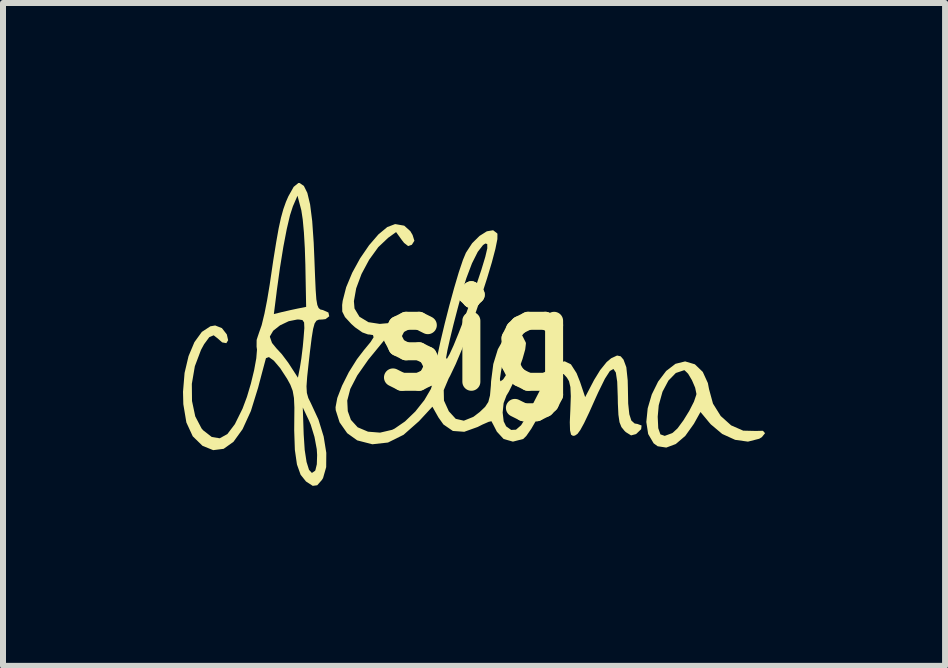
<source format=kicad_pcb>
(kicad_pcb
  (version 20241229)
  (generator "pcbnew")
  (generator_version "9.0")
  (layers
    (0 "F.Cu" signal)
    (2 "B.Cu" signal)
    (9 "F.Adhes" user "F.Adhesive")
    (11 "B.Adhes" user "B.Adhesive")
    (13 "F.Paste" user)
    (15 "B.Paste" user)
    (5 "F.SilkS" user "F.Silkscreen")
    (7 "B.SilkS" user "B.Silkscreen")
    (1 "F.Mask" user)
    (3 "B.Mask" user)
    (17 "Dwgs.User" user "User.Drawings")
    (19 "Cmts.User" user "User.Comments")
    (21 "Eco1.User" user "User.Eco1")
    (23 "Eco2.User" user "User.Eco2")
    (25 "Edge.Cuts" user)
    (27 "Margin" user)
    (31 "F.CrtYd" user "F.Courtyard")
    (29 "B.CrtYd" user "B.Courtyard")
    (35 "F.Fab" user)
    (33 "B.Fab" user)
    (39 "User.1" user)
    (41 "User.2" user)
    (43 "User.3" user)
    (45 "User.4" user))
  (footprint "sig"
    (layer "F.Cu")
    (at 4.878 2.623)
    (property "Reference" "sig" (at 0 0 0) (layer "F.SilkS") (effects (font (size 1.524 1.524) (thickness 0.3))))
    (attr board_only exclude_from_pos_files exclude_from_bom)
    (fp_poly (pts (xy 3.652 0.398) (xy 3.784 0.525) (xy 3.869 0.711) (xy 3.888 0.811) (xy 3.954 1.053) (xy 4.083 1.26) (xy 4.257 1.416) (xy 4.458 1.504) (xy 4.669 1.509) (xy 4.669 1.509) (xy 4.786 1.506) (xy 4.822 1.546) (xy 4.769 1.612) (xy 4.725 1.639) (xy 4.537 1.687) (xy 4.323 1.657) (xy 4.108 1.559) (xy 3.918 1.399) (xy 3.891 1.368) (xy 3.746 1.193) (xy 3.636 1.39) (xy 3.492 1.592) (xy 3.334 1.727) (xy 3.176 1.786) (xy 3.032 1.764) (xy 2.965 1.715) (xy 2.874 1.56) (xy 2.843 1.359) (xy 2.852 1.272) (xy 3.033 1.272) (xy 3.042 1.463) (xy 3.078 1.566) (xy 3.15 1.591) (xy 3.267 1.548) (xy 3.284 1.539) (xy 3.363 1.466) (xy 3.461 1.333) (xy 3.559 1.174) (xy 3.637 1.021) (xy 3.676 0.906) (xy 3.678 0.89) (xy 3.657 0.788) (xy 3.604 0.664) (xy 3.54 0.556) (xy 3.482 0.499) (xy 3.473 0.497) (xy 3.335 0.543) (xy 3.212 0.669) (xy 3.113 0.855) (xy 3.05 1.081) (xy 3.033 1.272) (xy 2.852 1.272) (xy 2.866 1.132) (xy 2.934 0.901) (xy 3.04 0.686) (xy 3.174 0.509) (xy 3.329 0.39) (xy 3.49 0.35)) (stroke (width 0) (type solid)) (fill yes) (layer "F.SilkS"))
    (fp_poly (pts (xy -2.864 -2.575) (xy -2.806 -2.458) (xy -2.76 -2.266) (xy -2.725 -1.99) (xy -2.7 -1.627) (xy -2.689 -1.367) (xy -2.677 -1.059) (xy -2.667 -0.837) (xy -2.656 -0.685) (xy -2.64 -0.591) (xy -2.618 -0.539) (xy -2.588 -0.515) (xy -2.547 -0.506) (xy -2.455 -0.465) (xy -2.441 -0.402) (xy -2.503 -0.355) (xy -2.559 -0.348) (xy -2.614 -0.346) (xy -2.654 -0.329) (xy -2.685 -0.282) (xy -2.71 -0.191) (xy -2.734 -0.041) (xy -2.762 0.183) (xy -2.784 0.376) (xy -2.809 0.608) (xy -2.82 0.766) (xy -2.814 0.875) (xy -2.79 0.96) (xy -2.748 1.045) (xy -2.747 1.047) (xy -2.621 1.319) (xy -2.534 1.602) (xy -2.49 1.874) (xy -2.492 2.112) (xy -2.544 2.294) (xy -2.563 2.325) (xy -2.641 2.414) (xy -2.716 2.424) (xy -2.821 2.356) (xy -2.83 2.349) (xy -2.918 2.239) (xy -2.979 2.068) (xy -3.014 1.825) (xy -3.025 1.5) (xy -3.024 1.361) (xy -3.022 1.125) (xy -3.022 1.118) (xy -2.882 1.118) (xy -2.867 1.566) (xy -2.85 1.825) (xy -2.819 2.026) (xy -2.778 2.157) (xy -2.73 2.209) (xy -2.678 2.173) (xy -2.672 2.163) (xy -2.648 2.064) (xy -2.643 1.91) (xy -2.649 1.813) (xy -2.687 1.609) (xy -2.75 1.403) (xy -2.779 1.335) (xy -2.882 1.118) (xy -3.022 1.118) (xy -3.029 0.96) (xy -3.05 0.841) (xy -3.089 0.739) (xy -3.143 0.64) (xy -3.259 0.462) (xy -3.364 0.338) (xy -3.446 0.278) (xy -3.494 0.295) (xy -3.498 0.304) (xy -3.519 0.382) (xy -3.558 0.528) (xy -3.608 0.717) (xy -3.626 0.786) (xy -3.747 1.177) (xy -3.885 1.479) (xy -4.037 1.69) (xy -4.201 1.807) (xy -4.375 1.829) (xy -4.553 1.757) (xy -4.716 1.598) (xy -4.822 1.368) (xy -4.873 1.062) (xy -4.878 0.856) (xy -4.852 0.542) (xy -4.786 0.262) (xy -4.688 0.029) (xy -4.564 -0.142) (xy -4.422 -0.235) (xy -4.342 -0.249) (xy -4.23 -0.205) (xy -4.148 -0.1) (xy -4.126 -0.003) (xy -4.156 0.046) (xy -4.226 0.033) (xy -4.299 -0.032) (xy -4.367 -0.085) (xy -4.44 -0.054) (xy -4.527 0.064) (xy -4.578 0.158) (xy -4.681 0.431) (xy -4.731 0.724) (xy -4.728 1.01) (xy -4.674 1.266) (xy -4.569 1.467) (xy -4.541 1.499) (xy -4.398 1.61) (xy -4.266 1.631) (xy -4.139 1.561) (xy -4.014 1.396) (xy -3.886 1.137) (xy -3.813 0.942) (xy -3.747 0.72) (xy -3.693 0.497) (xy -3.657 0.299) (xy -3.645 0.154) (xy -3.652 0.105) (xy -3.651 -0.008) (xy -3.635 -0.058) (xy -3.43 -0.058) (xy -3.395 0.042) (xy -3.324 0.129) (xy -3.231 0.23) (xy -3.125 0.371) (xy -3.091 0.423) (xy -2.963 0.621) (xy -2.929 0.447) (xy -2.906 0.301) (xy -2.882 0.105) (xy -2.869 -0.037) (xy -2.856 -0.206) (xy -2.86 -0.299) (xy -2.888 -0.339) (xy -2.947 -0.348) (xy -2.975 -0.348) (xy -3.116 -0.32) (xy -3.261 -0.251) (xy -3.375 -0.161) (xy -3.429 -0.069) (xy -3.43 -0.058) (xy -3.635 -0.058) (xy -3.606 -0.144) (xy -3.604 -0.149) (xy -3.567 -0.255) (xy -3.523 -0.437) (xy -3.522 -0.439) (xy -3.364 -0.439) (xy -3.235 -0.471) (xy -3.083 -0.506) (xy -2.966 -0.531) (xy -2.826 -0.559) (xy -2.839 -1.261) (xy -2.848 -1.537) (xy -2.863 -1.798) (xy -2.883 -2.016) (xy -2.906 -2.167) (xy -2.911 -2.187) (xy -2.97 -2.411) (xy -3.047 -2.234) (xy -3.095 -2.086) (xy -3.149 -1.856) (xy -3.206 -1.559) (xy -3.262 -1.211) (xy -3.315 -0.83) (xy -3.321 -0.779) (xy -3.364 -0.439) (xy -3.522 -0.439) (xy -3.477 -0.668) (xy -3.434 -0.925) (xy -3.429 -0.959) (xy -3.373 -1.34) (xy -3.325 -1.637) (xy -3.284 -1.868) (xy -3.245 -2.046) (xy -3.206 -2.187) (xy -3.163 -2.308) (xy -3.123 -2.4) (xy -3.034 -2.559) (xy -2.956 -2.623) (xy -2.936 -2.623)) (stroke (width 0) (type solid)) (fill yes) (layer "F.SilkS"))
    (fp_poly (pts (xy -1.191 -1.912) (xy -1.09 -1.821) (xy -1.052 -1.757) (xy -1.022 -1.661) (xy -1.064 -1.594) (xy -1.126 -1.572) (xy -1.194 -1.625) (xy -1.23 -1.671) (xy -1.327 -1.805) (xy -1.459 -1.71) (xy -1.624 -1.554) (xy -1.776 -1.344) (xy -1.903 -1.107) (xy -1.992 -0.868) (xy -2.03 -0.654) (xy -2.02 -0.532) (xy -1.938 -0.395) (xy -1.789 -0.304) (xy -1.599 -0.275) (xy -1.523 -0.282) (xy -1.402 -0.292) (xy -1.353 -0.266) (xy -1.376 -0.194) (xy -1.47 -0.066) (xy -1.531 0.005) (xy -1.789 0.32) (xy -1.974 0.584) (xy -2.09 0.808) (xy -2.141 1.003) (xy -2.132 1.179) (xy -2.08 1.324) (xy -1.967 1.448) (xy -1.795 1.521) (xy -1.594 1.537) (xy -1.393 1.49) (xy -1.352 1.47) (xy -1.178 1.35) (xy -1.006 1.184) (xy -0.856 0.995) (xy -0.747 0.809) (xy -0.697 0.651) (xy -0.696 0.629) (xy -0.682 0.491) (xy -0.647 0.298) (xy -0.494 0.298) (xy -0.478 0.304) (xy -0.435 0.228) (xy -0.369 0.084) (xy -0.287 -0.116) (xy -0.193 -0.358) (xy -0.093 -0.631) (xy -0.007 -0.873) (xy 0.094 -1.176) (xy 0.16 -1.394) (xy 0.193 -1.535) (xy 0.192 -1.606) (xy 0.161 -1.615) (xy 0.122 -1.589) (xy 0.034 -1.476) (xy -0.062 -1.285) (xy -0.157 -1.034) (xy -0.223 -0.82) (xy -0.301 -0.532) (xy -0.372 -0.259) (xy -0.43 -0.02) (xy -0.472 0.166) (xy -0.492 0.28) (xy -0.494 0.298) (xy -0.647 0.298) (xy -0.644 0.279) (xy -0.587 0.015) (xy -0.517 -0.279) (xy -0.439 -0.584) (xy -0.359 -0.876) (xy -0.282 -1.136) (xy -0.213 -1.341) (xy -0.163 -1.461) (xy -0.06 -1.619) (xy 0.063 -1.741) (xy 0.185 -1.818) (xy 0.29 -1.836) (xy 0.357 -1.785) (xy 0.362 -1.776) (xy 0.361 -1.688) (xy 0.328 -1.525) (xy 0.269 -1.301) (xy 0.189 -1.034) (xy 0.094 -0.739) (xy -0.011 -0.433) (xy -0.121 -0.131) (xy -0.23 0.15) (xy -0.333 0.394) (xy -0.424 0.585) (xy -0.452 0.637) (xy -0.533 0.829) (xy -0.529 1.003) (xy -0.448 1.181) (xy -0.333 1.307) (xy -0.198 1.338) (xy -0.039 1.274) (xy 0.067 1.193) (xy 0.157 1.107) (xy 0.21 1.026) (xy 0.238 0.917) (xy 0.253 0.749) (xy 0.256 0.683) (xy 0.261 0.643) (xy 0.403 0.643) (xy 0.411 0.682) (xy 0.45 0.656) (xy 0.46 0.646) (xy 0.518 0.557) (xy 0.584 0.413) (xy 0.615 0.326) (xy 0.661 0.146) (xy 0.656 0.043) (xy 0.648 0.031) (xy 0.6 0.037) (xy 0.543 0.121) (xy 0.485 0.266) (xy 0.435 0.45) (xy 0.421 0.522) (xy 0.403 0.643) (xy 0.261 0.643) (xy 0.293 0.394) (xy 0.369 0.147) (xy 0.474 -0.039) (xy 0.562 -0.121) (xy 0.674 -0.142) (xy 0.774 -0.085) (xy 0.834 0.034) (xy 0.837 0.05) (xy 0.825 0.15) (xy 0.78 0.31) (xy 0.712 0.5) (xy 0.633 0.691) (xy 0.552 0.854) (xy 0.513 0.918) (xy 0.465 1.044) (xy 0.449 1.202) (xy 0.466 1.349) (xy 0.507 1.432) (xy 0.591 1.492) (xy 0.671 1.488) (xy 0.756 1.414) (xy 0.853 1.26) (xy 0.971 1.024) (xy 1.105 0.764) (xy 1.239 0.557) (xy 1.362 0.415) (xy 1.465 0.351) (xy 1.485 0.349) (xy 1.587 0.399) (xy 1.681 0.546) (xy 1.738 0.69) (xy 1.824 0.945) (xy 1.973 0.659) (xy 2.074 0.495) (xy 2.182 0.361) (xy 2.257 0.298) (xy 2.356 0.252) (xy 2.416 0.265) (xy 2.463 0.32) (xy 2.51 0.447) (xy 2.533 0.667) (xy 2.536 0.792) (xy 2.541 1.054) (xy 2.56 1.231) (xy 2.594 1.336) (xy 2.649 1.385) (xy 2.694 1.392) (xy 2.764 1.418) (xy 2.757 1.48) (xy 2.677 1.557) (xy 2.669 1.562) (xy 2.589 1.583) (xy 2.502 1.529) (xy 2.48 1.508) (xy 2.428 1.444) (xy 2.396 1.363) (xy 2.378 1.239) (xy 2.369 1.051) (xy 2.367 0.937) (xy 2.358 0.689) (xy 2.335 0.535) (xy 2.295 0.476) (xy 2.236 0.51) (xy 2.153 0.639) (xy 2.043 0.863) (xy 2.006 0.944) (xy 1.891 1.201) (xy 1.806 1.379) (xy 1.743 1.494) (xy 1.696 1.558) (xy 1.654 1.586) (xy 1.621 1.591) (xy 1.589 1.571) (xy 1.572 1.5) (xy 1.568 1.363) (xy 1.577 1.156) (xy 1.585 0.929) (xy 1.578 0.778) (xy 1.555 0.68) (xy 1.52 0.621) (xy 1.466 0.561) (xy 1.42 0.561) (xy 1.354 0.627) (xy 1.317 0.671) (xy 1.237 0.784) (xy 1.195 0.875) (xy 1.193 0.888) (xy 1.168 0.99) (xy 1.105 1.141) (xy 1.019 1.312) (xy 0.926 1.473) (xy 0.842 1.594) (xy 0.791 1.643) (xy 0.62 1.687) (xy 0.465 1.643) (xy 0.351 1.519) (xy 0.35 1.516) (xy 0.295 1.409) (xy 0.263 1.349) (xy 0.262 1.347) (xy 0.216 1.357) (xy 0.111 1.403) (xy 0.032 1.443) (xy -0.191 1.523) (xy -0.381 1.509) (xy -0.538 1.401) (xy -0.621 1.284) (xy -0.722 1.105) (xy -0.945 1.346) (xy -1.202 1.573) (xy -1.462 1.702) (xy -1.723 1.731) (xy -1.975 1.666) (xy -2.142 1.546) (xy -2.269 1.365) (xy -2.333 1.163) (xy -2.336 1.114) (xy -2.307 0.959) (xy -2.228 0.755) (xy -2.115 0.53) (xy -1.979 0.313) (xy -1.865 0.164) (xy -1.752 0.027) (xy -1.702 -0.052) (xy -1.712 -0.089) (xy -1.776 -0.099) (xy -1.794 -0.099) (xy -1.889 -0.133) (xy -2.012 -0.219) (xy -2.074 -0.275) (xy -2.179 -0.389) (xy -2.224 -0.48) (xy -2.226 -0.59) (xy -2.217 -0.66) (xy -2.159 -0.886) (xy -2.058 -1.128) (xy -1.927 -1.367) (xy -1.777 -1.586) (xy -1.622 -1.766) (xy -1.474 -1.889) (xy -1.345 -1.938) (xy -1.338 -1.938)) (stroke (width 0) (type solid)) (fill yes) (layer "F.SilkS")))
  (gr_rect
    (start -3 -3)
    (end 12.7 8.047)
    (stroke (width 0.1) (type default))
    (fill no)
    (layer "Edge.Cuts")))
</source>
